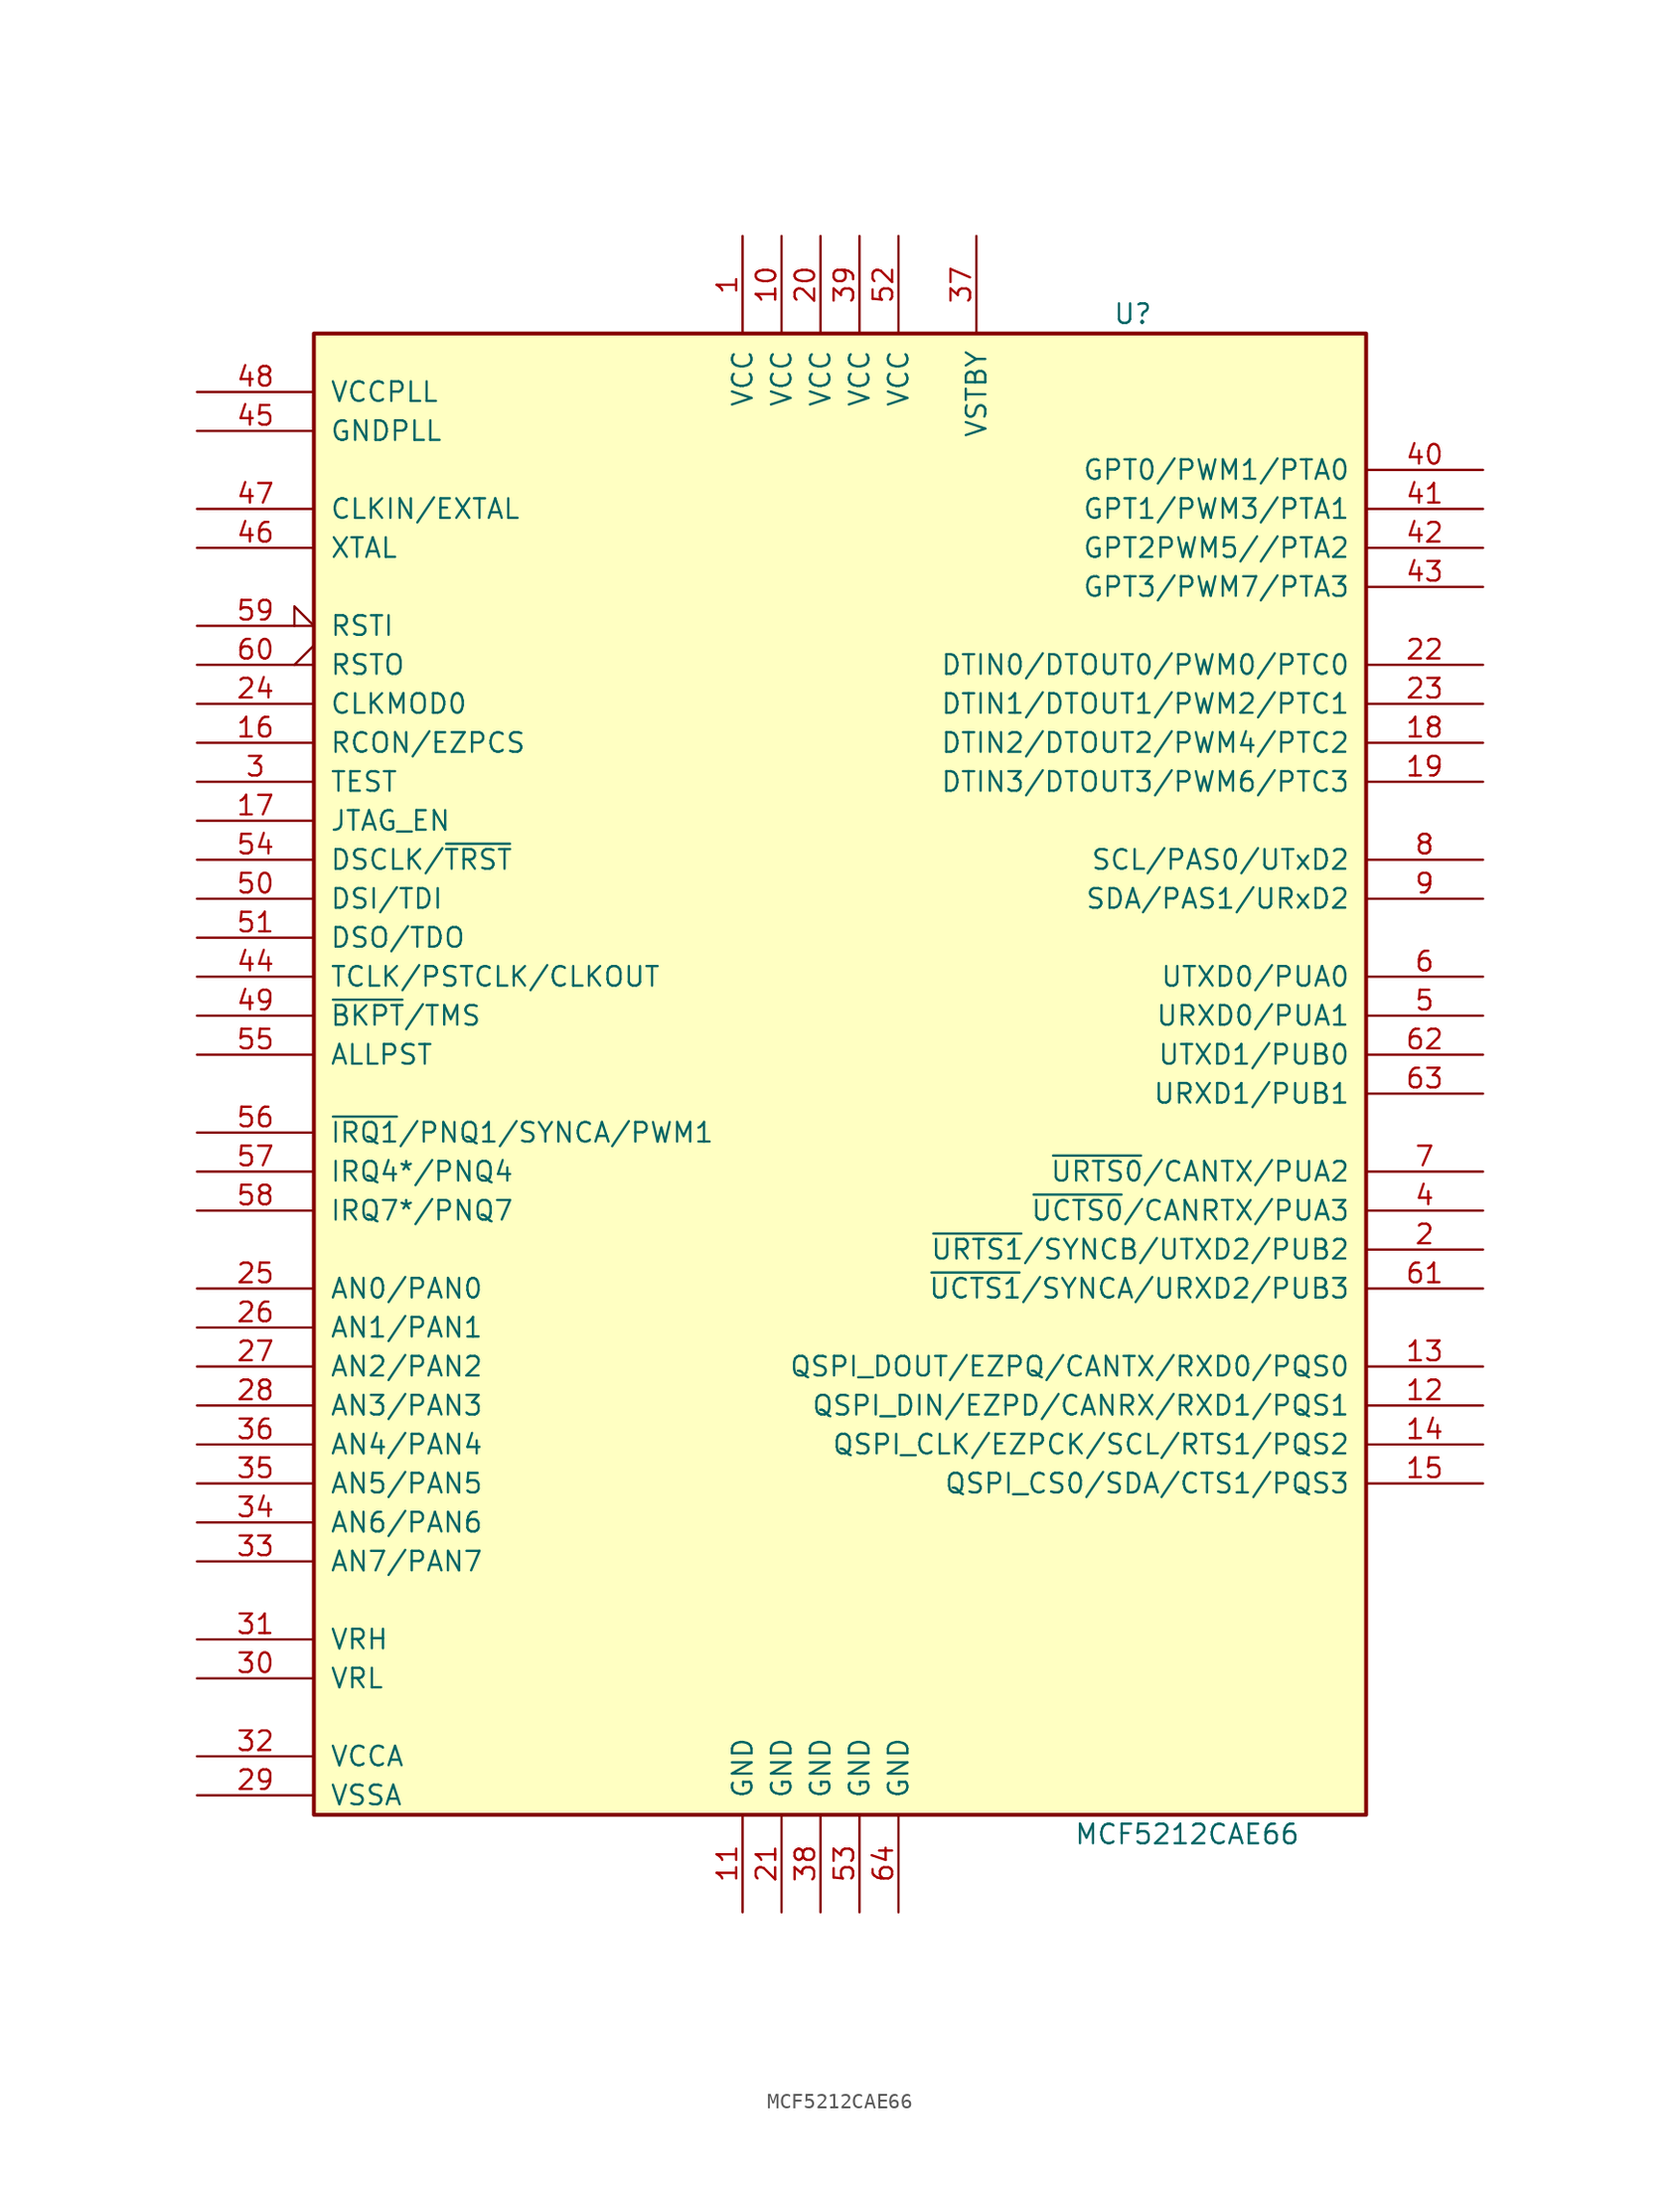
<source format=kicad_sym>
(kicad_symbol_lib
  (version 20231120)
  (generator "kicad_symbol_editor")
  (generator_version "8.0")
  (symbol "MCF5212CAE66"
    (pin_names
      (offset 1.016))
    (property "Reference" "U"
      (at 19.05 50.8 0)
      (effects (font (size 1.27 1.27)) (justify left)))
    (property "Value" "MCF5212CAE66"
      (at 16.51 -48.26 0)
      (effects (font (size 1.27 1.27)) (justify left)))
    (symbol "MCF5212CAE66_0_1"
      (rectangle (start -33.02 49.53) (end 35.56 -46.99) (stroke (width 0.254) (type default)) (fill (type background))))
    (symbol "MCF5212CAE66_1_1"
      (pin power_in line (at -5.08 55.88 270) (length 6.35) (name "VCC" (effects (font (size 1.27 1.27)))) (number "1" (effects (font (size 1.27 1.27)))))
      (pin power_in line (at -2.54 55.88 270) (length 6.35) (name "VCC" (effects (font (size 1.27 1.27)))) (number "10" (effects (font (size 1.27 1.27)))))
      (pin power_in line (at -5.08 -53.34 90) (length 6.35) (name "GND" (effects (font (size 1.27 1.27)))) (number "11" (effects (font (size 1.27 1.27)))))
      (pin bidirectional line (at 43.18 -20.32 180) (length 7.62) (name "QSPI_DIN/EZPD/CANRX/RXD1/PQS1" (effects (font (size 1.27 1.27)))) (number "12" (effects (font (size 1.27 1.27)))))
      (pin bidirectional line (at 43.18 -17.78 180) (length 7.62) (name "QSPI_DOUT/EZPQ/CANTX/RXD0/PQS0" (effects (font (size 1.27 1.27)))) (number "13" (effects (font (size 1.27 1.27)))))
      (pin bidirectional line (at 43.18 -22.86 180) (length 7.62) (name "QSPI_CLK/EZPCK/SCL/RTS1/PQS2" (effects (font (size 1.27 1.27)))) (number "14" (effects (font (size 1.27 1.27)))))
      (pin bidirectional line (at 43.18 -25.4 180) (length 7.62) (name "QSPI_CS0/SDA/CTS1/PQS3" (effects (font (size 1.27 1.27)))) (number "15" (effects (font (size 1.27 1.27)))))
      (pin input line (at -40.64 22.86 0) (length 7.62) (name "RCON/EZPCS" (effects (font (size 1.27 1.27)))) (number "16" (effects (font (size 1.27 1.27)))))
      (pin input line (at -40.64 17.78 0) (length 7.62) (name "JTAG_EN" (effects (font (size 1.27 1.27)))) (number "17" (effects (font (size 1.27 1.27)))))
      (pin bidirectional line (at 43.18 22.86 180) (length 7.62) (name "DTIN2/DTOUT2/PWM4/PTC2" (effects (font (size 1.27 1.27)))) (number "18" (effects (font (size 1.27 1.27)))))
      (pin bidirectional line (at 43.18 20.32 180) (length 7.62) (name "DTIN3/DTOUT3/PWM6/PTC3" (effects (font (size 1.27 1.27)))) (number "19" (effects (font (size 1.27 1.27)))))
      (pin bidirectional line (at 43.18 -10.16 180) (length 7.62) (name "~{URTS1}/SYNCB/UTXD2/PUB2" (effects (font (size 1.27 1.27)))) (number "2" (effects (font (size 1.27 1.27)))))
      (pin power_in line (at 0 55.88 270) (length 6.35) (name "VCC" (effects (font (size 1.27 1.27)))) (number "20" (effects (font (size 1.27 1.27)))))
      (pin power_in line (at -2.54 -53.34 90) (length 6.35) (name "GND" (effects (font (size 1.27 1.27)))) (number "21" (effects (font (size 1.27 1.27)))))
      (pin bidirectional line (at 43.18 27.94 180) (length 7.62) (name "DTIN0/DTOUT0/PWM0/PTC0" (effects (font (size 1.27 1.27)))) (number "22" (effects (font (size 1.27 1.27)))))
      (pin bidirectional line (at 43.18 25.4 180) (length 7.62) (name "DTIN1/DTOUT1/PWM2/PTC1" (effects (font (size 1.27 1.27)))) (number "23" (effects (font (size 1.27 1.27)))))
      (pin input line (at -40.64 25.4 0) (length 7.62) (name "CLKMOD0" (effects (font (size 1.27 1.27)))) (number "24" (effects (font (size 1.27 1.27)))))
      (pin bidirectional line (at -40.64 -12.7 0) (length 7.62) (name "AN0/PAN0" (effects (font (size 1.27 1.27)))) (number "25" (effects (font (size 1.27 1.27)))))
      (pin bidirectional line (at -40.64 -15.24 0) (length 7.62) (name "AN1/PAN1" (effects (font (size 1.27 1.27)))) (number "26" (effects (font (size 1.27 1.27)))))
      (pin bidirectional line (at -40.64 -17.78 0) (length 7.62) (name "AN2/PAN2" (effects (font (size 1.27 1.27)))) (number "27" (effects (font (size 1.27 1.27)))))
      (pin bidirectional line (at -40.64 -20.32 0) (length 7.62) (name "AN3/PAN3" (effects (font (size 1.27 1.27)))) (number "28" (effects (font (size 1.27 1.27)))))
      (pin input line (at -40.64 -45.72 0) (length 7.62) (name "VSSA" (effects (font (size 1.27 1.27)))) (number "29" (effects (font (size 1.27 1.27)))))
      (pin input line (at -40.64 20.32 0) (length 7.62) (name "TEST" (effects (font (size 1.27 1.27)))) (number "3" (effects (font (size 1.27 1.27)))))
      (pin input line (at -40.64 -38.1 0) (length 7.62) (name "VRL" (effects (font (size 1.27 1.27)))) (number "30" (effects (font (size 1.27 1.27)))))
      (pin input line (at -40.64 -35.56 0) (length 7.62) (name "VRH" (effects (font (size 1.27 1.27)))) (number "31" (effects (font (size 1.27 1.27)))))
      (pin input line (at -40.64 -43.18 0) (length 7.62) (name "VCCA" (effects (font (size 1.27 1.27)))) (number "32" (effects (font (size 1.27 1.27)))))
      (pin bidirectional line (at -40.64 -30.48 0) (length 7.62) (name "AN7/PAN7" (effects (font (size 1.27 1.27)))) (number "33" (effects (font (size 1.27 1.27)))))
      (pin bidirectional line (at -40.64 -27.94 0) (length 7.62) (name "AN6/PAN6" (effects (font (size 1.27 1.27)))) (number "34" (effects (font (size 1.27 1.27)))))
      (pin bidirectional line (at -40.64 -25.4 0) (length 7.62) (name "AN5/PAN5" (effects (font (size 1.27 1.27)))) (number "35" (effects (font (size 1.27 1.27)))))
      (pin bidirectional line (at -40.64 -22.86 0) (length 7.62) (name "AN4/PAN4" (effects (font (size 1.27 1.27)))) (number "36" (effects (font (size 1.27 1.27)))))
      (pin power_in line (at 10.16 55.88 270) (length 6.35) (name "VSTBY" (effects (font (size 1.27 1.27)))) (number "37" (effects (font (size 1.27 1.27)))))
      (pin power_in line (at 0 -53.34 90) (length 6.35) (name "GND" (effects (font (size 1.27 1.27)))) (number "38" (effects (font (size 1.27 1.27)))))
      (pin power_in line (at 2.54 55.88 270) (length 6.35) (name "VCC" (effects (font (size 1.27 1.27)))) (number "39" (effects (font (size 1.27 1.27)))))
      (pin bidirectional line (at 43.18 -7.62 180) (length 7.62) (name "~{UCTS0}/CANRTX/PUA3" (effects (font (size 1.27 1.27)))) (number "4" (effects (font (size 1.27 1.27)))))
      (pin bidirectional line (at 43.18 40.64 180) (length 7.62) (name "GPT0/PWM1/PTA0" (effects (font (size 1.27 1.27)))) (number "40" (effects (font (size 1.27 1.27)))))
      (pin bidirectional line (at 43.18 38.1 180) (length 7.62) (name "GPT1/PWM3/PTA1" (effects (font (size 1.27 1.27)))) (number "41" (effects (font (size 1.27 1.27)))))
      (pin bidirectional line (at 43.18 35.56 180) (length 7.62) (name "GPT2PWM5//PTA2" (effects (font (size 1.27 1.27)))) (number "42" (effects (font (size 1.27 1.27)))))
      (pin bidirectional line (at 43.18 33.02 180) (length 7.62) (name "GPT3/PWM7/PTA3" (effects (font (size 1.27 1.27)))) (number "43" (effects (font (size 1.27 1.27)))))
      (pin input line (at -40.64 7.62 0) (length 7.62) (name "TCLK/PSTCLK/CLKOUT" (effects (font (size 1.27 1.27)))) (number "44" (effects (font (size 1.27 1.27)))))
      (pin passive line (at -40.64 43.18 0) (length 7.62) (name "GNDPLL" (effects (font (size 1.27 1.27)))) (number "45" (effects (font (size 1.27 1.27)))))
      (pin output line (at -40.64 35.56 0) (length 7.62) (name "XTAL" (effects (font (size 1.27 1.27)))) (number "46" (effects (font (size 1.27 1.27)))))
      (pin input line (at -40.64 38.1 0) (length 7.62) (name "CLKIN/EXTAL" (effects (font (size 1.27 1.27)))) (number "47" (effects (font (size 1.27 1.27)))))
      (pin passive line (at -40.64 45.72 0) (length 7.62) (name "VCCPLL" (effects (font (size 1.27 1.27)))) (number "48" (effects (font (size 1.27 1.27)))))
      (pin input line (at -40.64 5.08 0) (length 7.62) (name "~{BKPT}/TMS" (effects (font (size 1.27 1.27)))) (number "49" (effects (font (size 1.27 1.27)))))
      (pin bidirectional line (at 43.18 5.08 180) (length 7.62) (name "URXD0/PUA1" (effects (font (size 1.27 1.27)))) (number "5" (effects (font (size 1.27 1.27)))))
      (pin input line (at -40.64 12.7 0) (length 7.62) (name "DSI/TDI" (effects (font (size 1.27 1.27)))) (number "50" (effects (font (size 1.27 1.27)))))
      (pin output line (at -40.64 10.16 0) (length 7.62) (name "DSO/TDO" (effects (font (size 1.27 1.27)))) (number "51" (effects (font (size 1.27 1.27)))))
      (pin power_in line (at 5.08 55.88 270) (length 6.35) (name "VCC" (effects (font (size 1.27 1.27)))) (number "52" (effects (font (size 1.27 1.27)))))
      (pin power_in line (at 2.54 -53.34 90) (length 6.35) (name "GND" (effects (font (size 1.27 1.27)))) (number "53" (effects (font (size 1.27 1.27)))))
      (pin input line (at -40.64 15.24 0) (length 7.62) (name "DSCLK/~{TRST}" (effects (font (size 1.27 1.27)))) (number "54" (effects (font (size 1.27 1.27)))))
      (pin output line (at -40.64 2.54 0) (length 7.62) (name "ALLPST" (effects (font (size 1.27 1.27)))) (number "55" (effects (font (size 1.27 1.27)))))
      (pin bidirectional line (at -40.64 -2.54 0) (length 7.62) (name "~{IRQ1}/PNQ1/SYNCA/PWM1" (effects (font (size 1.27 1.27)))) (number "56" (effects (font (size 1.27 1.27)))))
      (pin bidirectional line (at -40.64 -5.08 0) (length 7.62) (name "IRQ4*/PNQ4" (effects (font (size 1.27 1.27)))) (number "57" (effects (font (size 1.27 1.27)))))
      (pin bidirectional line (at -40.64 -7.62 0) (length 7.62) (name "IRQ7*/PNQ7" (effects (font (size 1.27 1.27)))) (number "58" (effects (font (size 1.27 1.27)))))
      (pin input input_low (at -40.64 30.48 0) (length 7.62) (name "RSTI" (effects (font (size 1.27 1.27)))) (number "59" (effects (font (size 1.27 1.27)))))
      (pin bidirectional line (at 43.18 7.62 180) (length 7.62) (name "UTXD0/PUA0" (effects (font (size 1.27 1.27)))) (number "6" (effects (font (size 1.27 1.27)))))
      (pin output output_low (at -40.64 27.94 0) (length 7.62) (name "RSTO" (effects (font (size 1.27 1.27)))) (number "60" (effects (font (size 1.27 1.27)))))
      (pin bidirectional line (at 43.18 -12.7 180) (length 7.62) (name "~{UCTS1}/SYNCA/URXD2/PUB3" (effects (font (size 1.27 1.27)))) (number "61" (effects (font (size 1.27 1.27)))))
      (pin bidirectional line (at 43.18 2.54 180) (length 7.62) (name "UTXD1/PUB0" (effects (font (size 1.27 1.27)))) (number "62" (effects (font (size 1.27 1.27)))))
      (pin bidirectional line (at 43.18 0 180) (length 7.62) (name "URXD1/PUB1" (effects (font (size 1.27 1.27)))) (number "63" (effects (font (size 1.27 1.27)))))
      (pin power_in line (at 5.08 -53.34 90) (length 6.35) (name "GND" (effects (font (size 1.27 1.27)))) (number "64" (effects (font (size 1.27 1.27)))))
      (pin bidirectional line (at 43.18 -5.08 180) (length 7.62) (name "~{URTS0}/CANTX/PUA2" (effects (font (size 1.27 1.27)))) (number "7" (effects (font (size 1.27 1.27)))))
      (pin bidirectional line (at 43.18 15.24 180) (length 7.62) (name "SCL/PAS0/UTxD2" (effects (font (size 1.27 1.27)))) (number "8" (effects (font (size 1.27 1.27)))))
      (pin bidirectional line (at 43.18 12.7 180) (length 7.62) (name "SDA/PAS1/URxD2" (effects (font (size 1.27 1.27)))) (number "9" (effects (font (size 1.27 1.27))))))))
</source>
